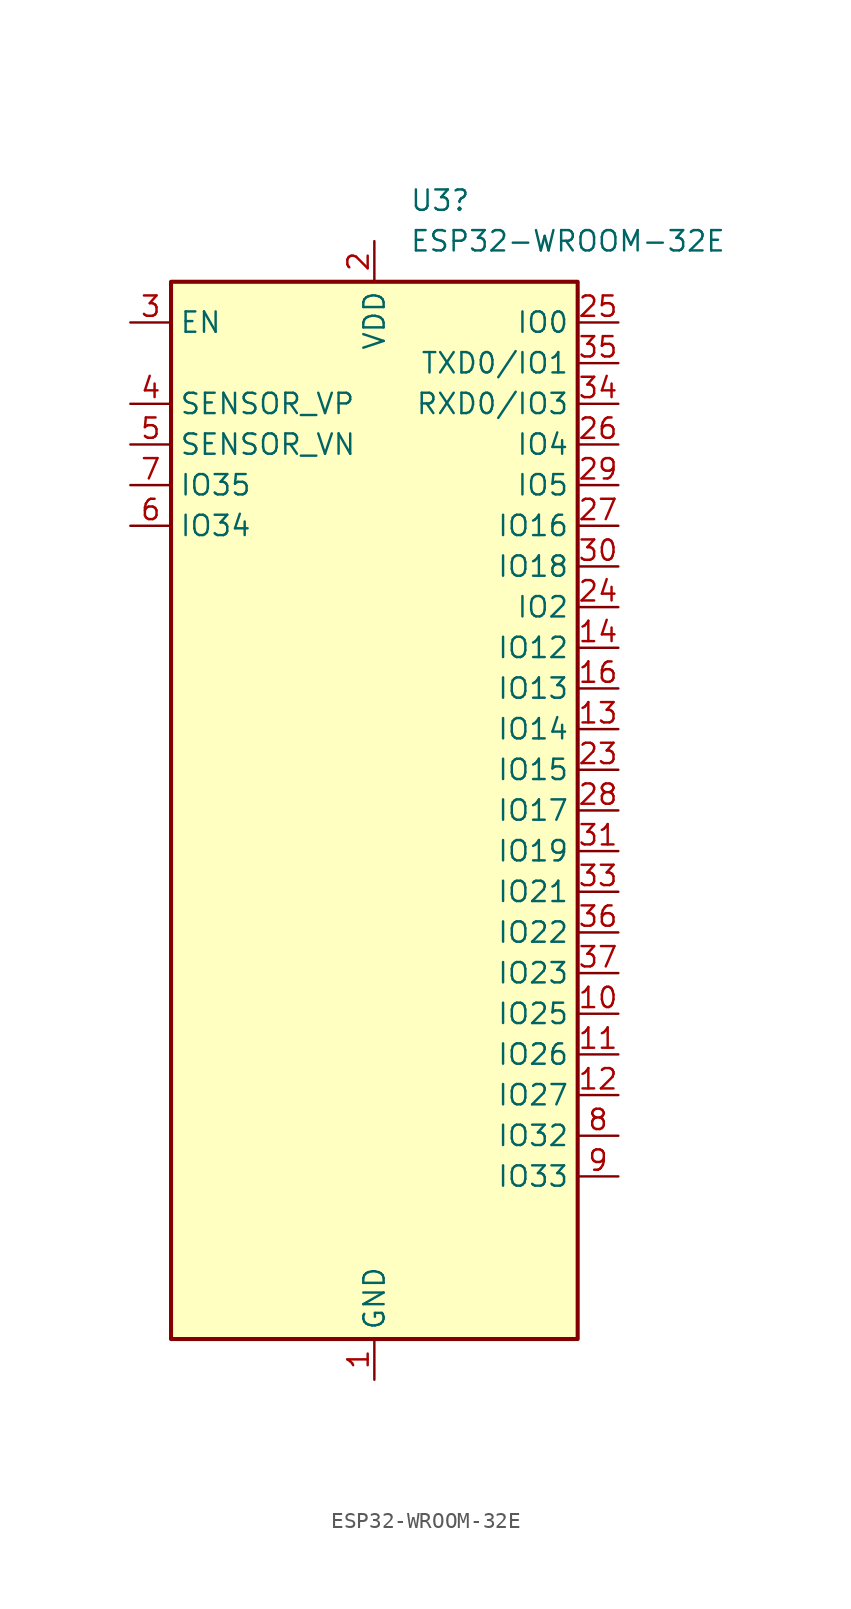
<source format=kicad_sym>
(kicad_symbol_lib
  (version 20231120)
  (generator "kicad_symbol_editor")
  (generator_version "8.0")
  (symbol "ESP32-WROOM-32E"
    (property "Reference" "U3"
      (at 2.194 38.1 0)
      (effects (font (size 1.27 1.27)) (justify left)))
    (property "Value" "ESP32-WROOM-32E"
      (at 2.194 35.56 0)
      (effects (font (size 1.27 1.27)) (justify left)))
    (symbol "ESP32-WROOM-32E_0_1"
      (rectangle (start -12.7 33.02) (end 12.7 -33.02) (stroke (width 0.254) (type default)) (fill (type background))))
    (symbol "ESP32-WROOM-32E_1_1"
      (pin power_in line (at 0 -35.56 90) (length 2.54) (name "GND" (effects (font (size 1.27 1.27)))) (number "1" (effects (font (size 1.27 1.27)))))
      (pin bidirectional line (at 15.24 -12.7 180) (length 2.54) (name "IO25" (effects (font (size 1.27 1.27)))) (number "10" (effects (font (size 1.27 1.27)))))
      (pin bidirectional line (at 15.24 -15.24 180) (length 2.54) (name "IO26" (effects (font (size 1.27 1.27)))) (number "11" (effects (font (size 1.27 1.27)))))
      (pin bidirectional line (at 15.24 -17.78 180) (length 2.54) (name "IO27" (effects (font (size 1.27 1.27)))) (number "12" (effects (font (size 1.27 1.27)))))
      (pin bidirectional line (at 15.24 5.08 180) (length 2.54) (name "IO14" (effects (font (size 1.27 1.27)))) (number "13" (effects (font (size 1.27 1.27)))))
      (pin bidirectional line (at 15.24 10.16 180) (length 2.54) (name "IO12" (effects (font (size 1.27 1.27)))) (number "14" (effects (font (size 1.27 1.27)))))
      (pin passive line (at 0 -35.56 90) (length 2.54) hide (name "GND" (effects (font (size 1.27 1.27)))) (number "15" (effects (font (size 1.27 1.27)))))
      (pin bidirectional line (at 15.24 7.62 180) (length 2.54) (name "IO13" (effects (font (size 1.27 1.27)))) (number "16" (effects (font (size 1.27 1.27)))))
      (pin no_connect line (at -12.7 -5.08 0) (length 2.54) hide (name "NC" (effects (font (size 1.27 1.27)))) (number "17" (effects (font (size 1.27 1.27)))))
      (pin no_connect line (at -12.7 -7.62 0) (length 2.54) hide (name "NC" (effects (font (size 1.27 1.27)))) (number "18" (effects (font (size 1.27 1.27)))))
      (pin no_connect line (at -12.7 -12.7 0) (length 2.54) hide (name "NC" (effects (font (size 1.27 1.27)))) (number "19" (effects (font (size 1.27 1.27)))))
      (pin power_in line (at 0 35.56 270) (length 2.54) (name "VDD" (effects (font (size 1.27 1.27)))) (number "2" (effects (font (size 1.27 1.27)))))
      (pin no_connect line (at -12.7 -10.16 0) (length 2.54) hide (name "NC" (effects (font (size 1.27 1.27)))) (number "20" (effects (font (size 1.27 1.27)))))
      (pin no_connect line (at -12.7 0 0) (length 2.54) hide (name "NC" (effects (font (size 1.27 1.27)))) (number "21" (effects (font (size 1.27 1.27)))))
      (pin no_connect line (at -12.7 -2.54 0) (length 2.54) hide (name "NC" (effects (font (size 1.27 1.27)))) (number "22" (effects (font (size 1.27 1.27)))))
      (pin bidirectional line (at 15.24 2.54 180) (length 2.54) (name "IO15" (effects (font (size 1.27 1.27)))) (number "23" (effects (font (size 1.27 1.27)))))
      (pin bidirectional line (at 15.24 12.7 180) (length 2.54) (name "IO2" (effects (font (size 1.27 1.27)))) (number "24" (effects (font (size 1.27 1.27)))))
      (pin bidirectional line (at 15.24 30.48 180) (length 2.54) (name "IO0" (effects (font (size 1.27 1.27)))) (number "25" (effects (font (size 1.27 1.27)))))
      (pin bidirectional line (at 15.24 22.86 180) (length 2.54) (name "IO4" (effects (font (size 1.27 1.27)))) (number "26" (effects (font (size 1.27 1.27)))))
      (pin bidirectional line (at 15.24 17.78 180) (length 2.54) (name "IO16" (effects (font (size 1.27 1.27)))) (number "27" (effects (font (size 1.27 1.27)))))
      (pin bidirectional line (at 15.24 0 180) (length 2.54) (name "IO17" (effects (font (size 1.27 1.27)))) (number "28" (effects (font (size 1.27 1.27)))))
      (pin bidirectional line (at 15.24 20.32 180) (length 2.54) (name "IO5" (effects (font (size 1.27 1.27)))) (number "29" (effects (font (size 1.27 1.27)))))
      (pin input line (at -15.24 30.48 0) (length 2.54) (name "EN" (effects (font (size 1.27 1.27)))) (number "3" (effects (font (size 1.27 1.27)))))
      (pin bidirectional line (at 15.24 15.24 180) (length 2.54) (name "IO18" (effects (font (size 1.27 1.27)))) (number "30" (effects (font (size 1.27 1.27)))))
      (pin bidirectional line (at 15.24 -2.54 180) (length 2.54) (name "IO19" (effects (font (size 1.27 1.27)))) (number "31" (effects (font (size 1.27 1.27)))))
      (pin no_connect line (at -12.7 -27.94 0) (length 2.54) hide (name "NC" (effects (font (size 1.27 1.27)))) (number "32" (effects (font (size 1.27 1.27)))))
      (pin bidirectional line (at 15.24 -5.08 180) (length 2.54) (name "IO21" (effects (font (size 1.27 1.27)))) (number "33" (effects (font (size 1.27 1.27)))))
      (pin bidirectional line (at 15.24 25.4 180) (length 2.54) (name "RXD0/IO3" (effects (font (size 1.27 1.27)))) (number "34" (effects (font (size 1.27 1.27)))))
      (pin bidirectional line (at 15.24 27.94 180) (length 2.54) (name "TXD0/IO1" (effects (font (size 1.27 1.27)))) (number "35" (effects (font (size 1.27 1.27)))))
      (pin bidirectional line (at 15.24 -7.62 180) (length 2.54) (name "IO22" (effects (font (size 1.27 1.27)))) (number "36" (effects (font (size 1.27 1.27)))))
      (pin bidirectional line (at 15.24 -10.16 180) (length 2.54) (name "IO23" (effects (font (size 1.27 1.27)))) (number "37" (effects (font (size 1.27 1.27)))))
      (pin passive line (at 0 -35.56 90) (length 2.54) hide (name "GND" (effects (font (size 1.27 1.27)))) (number "38" (effects (font (size 1.27 1.27)))))
      (pin passive line (at 0 -35.56 90) (length 2.54) hide (name "GND" (effects (font (size 1.27 1.27)))) (number "39" (effects (font (size 1.27 1.27)))))
      (pin input line (at -15.24 25.4 0) (length 2.54) (name "SENSOR_VP" (effects (font (size 1.27 1.27)))) (number "4" (effects (font (size 1.27 1.27)))))
      (pin input line (at -15.24 22.86 0) (length 2.54) (name "SENSOR_VN" (effects (font (size 1.27 1.27)))) (number "5" (effects (font (size 1.27 1.27)))))
      (pin input line (at -15.24 17.78 0) (length 2.54) (name "IO34" (effects (font (size 1.27 1.27)))) (number "6" (effects (font (size 1.27 1.27)))))
      (pin input line (at -15.24 20.32 0) (length 2.54) (name "IO35" (effects (font (size 1.27 1.27)))) (number "7" (effects (font (size 1.27 1.27)))))
      (pin bidirectional line (at 15.24 -20.32 180) (length 2.54) (name "IO32" (effects (font (size 1.27 1.27)))) (number "8" (effects (font (size 1.27 1.27)))))
      (pin bidirectional line (at 15.24 -22.86 180) (length 2.54) (name "IO33" (effects (font (size 1.27 1.27)))) (number "9" (effects (font (size 1.27 1.27))))))))
</source>
